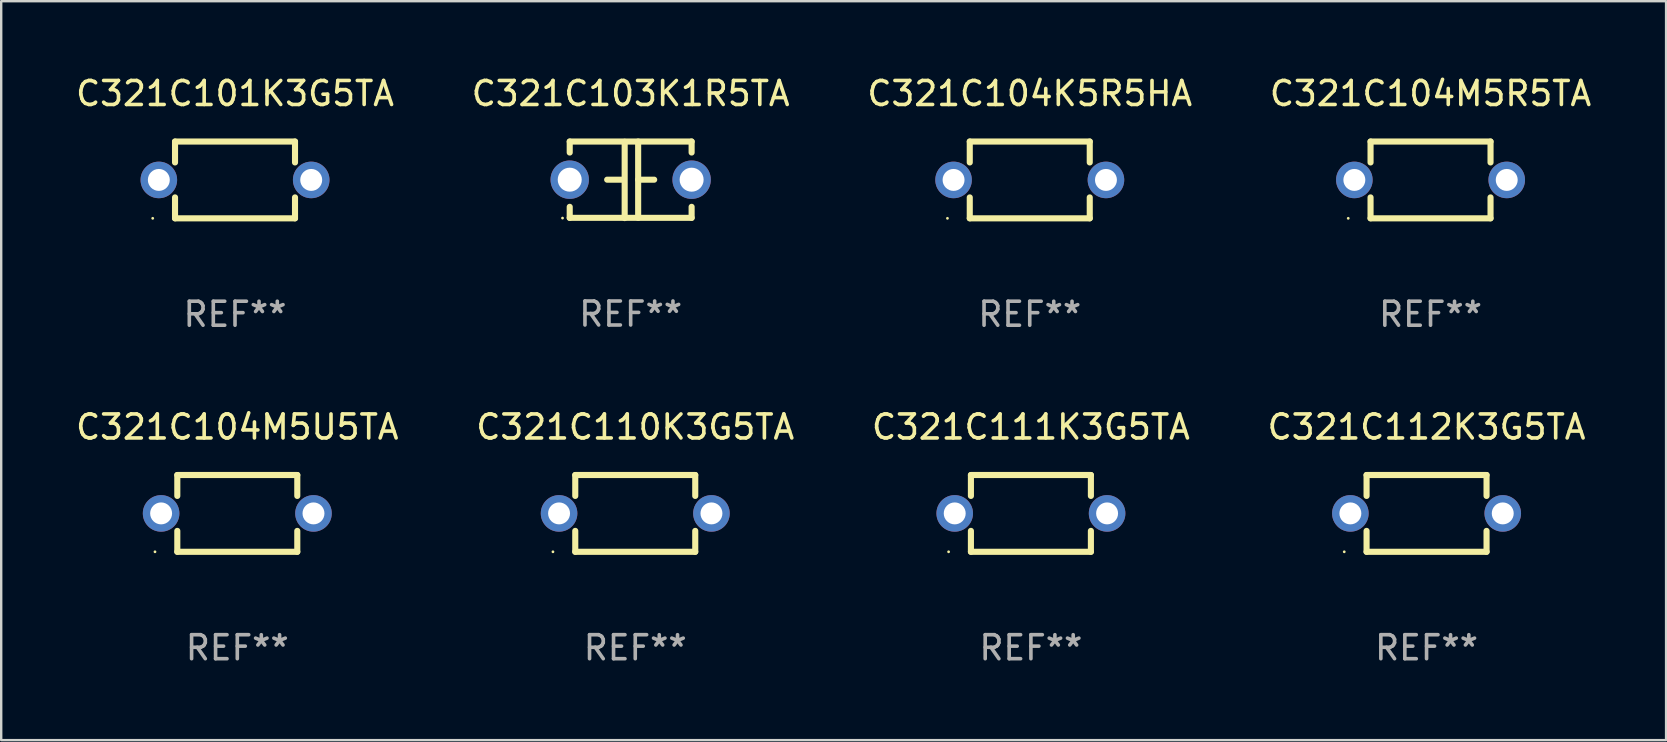
<source format=kicad_pcb>
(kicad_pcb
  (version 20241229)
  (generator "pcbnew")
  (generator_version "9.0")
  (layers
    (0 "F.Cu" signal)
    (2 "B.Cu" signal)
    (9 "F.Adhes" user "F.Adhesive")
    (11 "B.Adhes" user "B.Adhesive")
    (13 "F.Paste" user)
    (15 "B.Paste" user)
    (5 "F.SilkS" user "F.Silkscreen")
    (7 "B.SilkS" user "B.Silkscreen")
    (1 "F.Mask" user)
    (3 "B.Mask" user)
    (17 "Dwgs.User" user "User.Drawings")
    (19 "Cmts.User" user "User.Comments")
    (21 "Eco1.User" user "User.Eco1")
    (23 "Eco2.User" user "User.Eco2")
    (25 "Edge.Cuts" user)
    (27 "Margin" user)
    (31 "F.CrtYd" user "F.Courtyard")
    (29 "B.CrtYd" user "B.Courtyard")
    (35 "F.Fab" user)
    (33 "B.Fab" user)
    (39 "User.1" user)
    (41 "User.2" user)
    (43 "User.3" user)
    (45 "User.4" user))
  (footprint "C321C110K3G5TA"
    (layer "F.Cu")
    (at 23.423 18.345)
    (property "Reference" "C321C110K3G5TA" (at 0 -3.6 0) (layer "F.SilkS") (effects (font (size 1 1) (thickness 0.15))))
    (attr through_hole)
    (fp_line (start -2.5 -1.6) (end 2.5 -1.6) (stroke (width 0.254) (type solid)) (layer "F.SilkS"))
    (fp_line (start -2.5 -0.728) (end -2.5 -1.6) (stroke (width 0.254) (type solid)) (layer "F.SilkS"))
    (fp_line (start -2.5 1.6) (end -2.5 0.728) (stroke (width 0.254) (type solid)) (layer "F.SilkS"))
    (fp_line (start 2.5 -1.6) (end 2.5 -0.728) (stroke (width 0.254) (type solid)) (layer "F.SilkS"))
    (fp_line (start 2.5 0.728) (end 2.5 1.6) (stroke (width 0.254) (type solid)) (layer "F.SilkS"))
    (fp_line (start 2.5 1.6) (end -2.5 1.6) (stroke (width 0.254) (type solid)) (layer "F.SilkS"))
    (fp_circle (center -3.43 1.6) (end -3.4 1.6) (stroke (width 0.06) (type solid)) (fill no) (layer "F.SilkS"))
    (fp_text user "REF**" (at 0 5.6 0) (layer "F.Fab") (effects (font (size 1 1) (thickness 0.15))))
    (pad "1" thru_hole circle (at -3.175 0) (size 1.524 1.524) (drill 0.914) (layers "*.Cu" "*.Mask"))
    (pad "2" thru_hole circle (at 3.175 0) (size 1.524 1.524) (drill 0.914) (layers "*.Cu" "*.Mask")))
  (footprint "C321C112K3G5TA"
    (layer "F.Cu")
    (at 56.399 18.345)
    (property "Reference" "C321C112K3G5TA" (at 0 -3.6 0) (layer "F.SilkS") (effects (font (size 1 1) (thickness 0.15))))
    (attr through_hole)
    (fp_line (start -2.5 -1.6) (end 2.5 -1.6) (stroke (width 0.254) (type solid)) (layer "F.SilkS"))
    (fp_line (start -2.5 -0.728) (end -2.5 -1.6) (stroke (width 0.254) (type solid)) (layer "F.SilkS"))
    (fp_line (start -2.5 1.6) (end -2.5 0.728) (stroke (width 0.254) (type solid)) (layer "F.SilkS"))
    (fp_line (start 2.5 -1.6) (end 2.5 -0.728) (stroke (width 0.254) (type solid)) (layer "F.SilkS"))
    (fp_line (start 2.5 0.728) (end 2.5 1.6) (stroke (width 0.254) (type solid)) (layer "F.SilkS"))
    (fp_line (start 2.5 1.6) (end -2.5 1.6) (stroke (width 0.254) (type solid)) (layer "F.SilkS"))
    (fp_circle (center -3.43 1.6) (end -3.4 1.6) (stroke (width 0.06) (type solid)) (fill no) (layer "F.SilkS"))
    (fp_text user "REF**" (at 0 5.6 0) (layer "F.Fab") (effects (font (size 1 1) (thickness 0.15))))
    (pad "1" thru_hole circle (at -3.175 0) (size 1.524 1.524) (drill 0.914) (layers "*.Cu" "*.Mask"))
    (pad "2" thru_hole circle (at 3.175 0) (size 1.524 1.524) (drill 0.914) (layers "*.Cu" "*.Mask")))
  (footprint "C321C111K3G5TA"
    (layer "F.Cu")
    (at 39.911 18.345)
    (property "Reference" "C321C111K3G5TA" (at 0 -3.6 0) (layer "F.SilkS") (effects (font (size 1 1) (thickness 0.15))))
    (attr through_hole)
    (fp_line (start -2.5 -1.6) (end 2.5 -1.6) (stroke (width 0.254) (type solid)) (layer "F.SilkS"))
    (fp_line (start -2.5 -0.728) (end -2.5 -1.6) (stroke (width 0.254) (type solid)) (layer "F.SilkS"))
    (fp_line (start -2.5 1.6) (end -2.5 0.728) (stroke (width 0.254) (type solid)) (layer "F.SilkS"))
    (fp_line (start 2.5 -1.6) (end 2.5 -0.728) (stroke (width 0.254) (type solid)) (layer "F.SilkS"))
    (fp_line (start 2.5 0.728) (end 2.5 1.6) (stroke (width 0.254) (type solid)) (layer "F.SilkS"))
    (fp_line (start 2.5 1.6) (end -2.5 1.6) (stroke (width 0.254) (type solid)) (layer "F.SilkS"))
    (fp_circle (center -3.43 1.6) (end -3.4 1.6) (stroke (width 0.06) (type solid)) (fill no) (layer "F.SilkS"))
    (fp_text user "REF**" (at 0 5.6 0) (layer "F.Fab") (effects (font (size 1 1) (thickness 0.15))))
    (pad "1" thru_hole circle (at -3.175 0) (size 1.524 1.524) (drill 0.914) (layers "*.Cu" "*.Mask"))
    (pad "2" thru_hole circle (at 3.175 0) (size 1.524 1.524) (drill 0.914) (layers "*.Cu" "*.Mask")))
  (footprint "C321C104M5U5TA"
    (layer "F.Cu")
    (at 6.839 18.345)
    (property "Reference" "C321C104M5U5TA" (at 0 -3.6 0) (layer "F.SilkS") (effects (font (size 1 1) (thickness 0.15))))
    (attr through_hole)
    (fp_line (start -2.5 -1.6) (end 2.5 -1.6) (stroke (width 0.254) (type solid)) (layer "F.SilkS"))
    (fp_line (start -2.5 -0.728) (end -2.5 -1.6) (stroke (width 0.254) (type solid)) (layer "F.SilkS"))
    (fp_line (start -2.5 1.6) (end -2.5 0.728) (stroke (width 0.254) (type solid)) (layer "F.SilkS"))
    (fp_line (start 2.5 -1.6) (end 2.5 -0.728) (stroke (width 0.254) (type solid)) (layer "F.SilkS"))
    (fp_line (start 2.5 0.728) (end 2.5 1.6) (stroke (width 0.254) (type solid)) (layer "F.SilkS"))
    (fp_line (start 2.5 1.6) (end -2.5 1.6) (stroke (width 0.254) (type solid)) (layer "F.SilkS"))
    (fp_circle (center -3.43 1.6) (end -3.4 1.6) (stroke (width 0.06) (type solid)) (fill no) (layer "F.SilkS"))
    (fp_text user "REF**" (at 0 5.6 0) (layer "F.Fab") (effects (font (size 1 1) (thickness 0.15))))
    (pad "1" thru_hole circle (at -3.175 0) (size 1.524 1.524) (drill 0.914) (layers "*.Cu" "*.Mask"))
    (pad "2" thru_hole circle (at 3.175 0) (size 1.524 1.524) (drill 0.914) (layers "*.Cu" "*.Mask")))
  (footprint "C321C104M5R5TA"
    (layer "F.Cu")
    (at 56.565 4.448)
    (property "Reference" "C321C104M5R5TA" (at 0 -3.6 0) (layer "F.SilkS") (effects (font (size 1 1) (thickness 0.15))))
    (attr through_hole)
    (fp_line (start -2.5 -1.6) (end 2.5 -1.6) (stroke (width 0.254) (type solid)) (layer "F.SilkS"))
    (fp_line (start -2.5 -0.728) (end -2.5 -1.6) (stroke (width 0.254) (type solid)) (layer "F.SilkS"))
    (fp_line (start -2.5 1.6) (end -2.5 0.728) (stroke (width 0.254) (type solid)) (layer "F.SilkS"))
    (fp_line (start 2.5 -1.6) (end 2.5 -0.728) (stroke (width 0.254) (type solid)) (layer "F.SilkS"))
    (fp_line (start 2.5 0.728) (end 2.5 1.6) (stroke (width 0.254) (type solid)) (layer "F.SilkS"))
    (fp_line (start 2.5 1.6) (end -2.5 1.6) (stroke (width 0.254) (type solid)) (layer "F.SilkS"))
    (fp_circle (center -3.43 1.6) (end -3.4 1.6) (stroke (width 0.06) (type solid)) (fill no) (layer "F.SilkS"))
    (fp_text user "REF**" (at 0 5.6 0) (layer "F.Fab") (effects (font (size 1 1) (thickness 0.15))))
    (pad "1" thru_hole circle (at -3.175 0) (size 1.524 1.524) (drill 0.914) (layers "*.Cu" "*.Mask"))
    (pad "2" thru_hole circle (at 3.175 0) (size 1.524 1.524) (drill 0.914) (layers "*.Cu" "*.Mask")))
  (footprint "C321C101K3G5TA"
    (layer "F.Cu")
    (at 6.744 4.448)
    (property "Reference" "C321C101K3G5TA" (at 0 -3.6 0) (layer "F.SilkS") (effects (font (size 1 1) (thickness 0.15))))
    (attr through_hole)
    (fp_line (start -2.5 -1.6) (end 2.5 -1.6) (stroke (width 0.254) (type solid)) (layer "F.SilkS"))
    (fp_line (start -2.5 -0.728) (end -2.5 -1.6) (stroke (width 0.254) (type solid)) (layer "F.SilkS"))
    (fp_line (start -2.5 1.6) (end -2.5 0.728) (stroke (width 0.254) (type solid)) (layer "F.SilkS"))
    (fp_line (start 2.5 -1.6) (end 2.5 -0.728) (stroke (width 0.254) (type solid)) (layer "F.SilkS"))
    (fp_line (start 2.5 0.728) (end 2.5 1.6) (stroke (width 0.254) (type solid)) (layer "F.SilkS"))
    (fp_line (start 2.5 1.6) (end -2.5 1.6) (stroke (width 0.254) (type solid)) (layer "F.SilkS"))
    (fp_circle (center -3.43 1.6) (end -3.4 1.6) (stroke (width 0.06) (type solid)) (fill no) (layer "F.SilkS"))
    (fp_text user "REF**" (at 0 5.6 0) (layer "F.Fab") (effects (font (size 1 1) (thickness 0.15))))
    (pad "1" thru_hole circle (at -3.175 0) (size 1.524 1.524) (drill 0.914) (layers "*.Cu" "*.Mask"))
    (pad "2" thru_hole circle (at 3.175 0) (size 1.524 1.524) (drill 0.914) (layers "*.Cu" "*.Mask")))
  (footprint "C321C104K5R5HA"
    (layer "F.Cu")
    (at 39.863 4.448)
    (property "Reference" "C321C104K5R5HA" (at 0 -3.6 0) (layer "F.SilkS") (effects (font (size 1 1) (thickness 0.15))))
    (attr through_hole)
    (fp_line (start -2.5 -1.6) (end 2.5 -1.6) (stroke (width 0.254) (type solid)) (layer "F.SilkS"))
    (fp_line (start -2.5 -0.728) (end -2.5 -1.6) (stroke (width 0.254) (type solid)) (layer "F.SilkS"))
    (fp_line (start -2.5 1.6) (end -2.5 0.728) (stroke (width 0.254) (type solid)) (layer "F.SilkS"))
    (fp_line (start 2.5 -1.6) (end 2.5 -0.728) (stroke (width 0.254) (type solid)) (layer "F.SilkS"))
    (fp_line (start 2.5 0.728) (end 2.5 1.6) (stroke (width 0.254) (type solid)) (layer "F.SilkS"))
    (fp_line (start 2.5 1.6) (end -2.5 1.6) (stroke (width 0.254) (type solid)) (layer "F.SilkS"))
    (fp_circle (center -3.43 1.6) (end -3.4 1.6) (stroke (width 0.06) (type solid)) (fill no) (layer "F.SilkS"))
    (fp_text user "REF**" (at 0 5.6 0) (layer "F.Fab") (effects (font (size 1 1) (thickness 0.15))))
    (pad "1" thru_hole circle (at -3.175 0) (size 1.524 1.524) (drill 0.914) (layers "*.Cu" "*.Mask"))
    (pad "2" thru_hole circle (at 3.175 0) (size 1.524 1.524) (drill 0.914) (layers "*.Cu" "*.Mask")))
  (footprint "C321C103K1R5TA"
    (layer "F.Cu")
    (at 23.232 4.443)
    (property "Reference" "C321C103K1R5TA" (at 0 -3.595 0) (layer "F.SilkS") (effects (font (size 1 1) (thickness 0.15))))
    (attr through_hole)
    (fp_line (start -2.54 -1.595) (end -2.54 -1.136) (stroke (width 0.254) (type solid)) (layer "F.SilkS"))
    (fp_line (start -2.54 -1.595) (end 2.54 -1.595) (stroke (width 0.254) (type solid)) (layer "F.SilkS"))
    (fp_line (start -2.54 1.126) (end -2.54 1.585) (stroke (width 0.254) (type solid)) (layer "F.SilkS"))
    (fp_line (start -0.312 -0.005) (end -0.98 -0.005) (stroke (width 0.254) (type solid)) (layer "F.SilkS"))
    (fp_line (start -0.25 -1.585) (end -0.25 1.595) (stroke (width 0.254) (type solid)) (layer "F.SilkS"))
    (fp_line (start 0.312 -1.595) (end 0.312 1.585) (stroke (width 0.254) (type solid)) (layer "F.SilkS"))
    (fp_line (start 0.312 -0.005) (end 0.98 -0.005) (stroke (width 0.254) (type solid)) (layer "F.SilkS"))
    (fp_line (start 2.54 -1.595) (end 2.54 -1.136) (stroke (width 0.254) (type solid)) (layer "F.SilkS"))
    (fp_line (start 2.54 1.126) (end 2.54 1.585) (stroke (width 0.254) (type solid)) (layer "F.SilkS"))
    (fp_line (start 2.54 1.585) (end -2.54 1.585) (stroke (width 0.254) (type solid)) (layer "F.SilkS"))
    (fp_circle (center -2.84 1.595) (end -2.81 1.595) (stroke (width 0.06) (type solid)) (fill no) (layer "F.SilkS"))
    (fp_text user "REF**" (at 0 5.595 0) (layer "F.Fab") (effects (font (size 1 1) (thickness 0.15))))
    (pad "1" thru_hole circle (at -2.54 -0.005) (size 1.6 1.6) (drill 1) (layers "*.Cu" "*.Mask"))
    (pad "2" thru_hole circle (at 2.54 -0.005) (size 1.6 1.6) (drill 1) (layers "*.Cu" "*.Mask")))
  (gr_rect
    (start -3 -3)
    (end 66.381 27.793)
    (stroke (width 0.1) (type default))
    (fill no)
    (layer "Edge.Cuts")))
</source>
